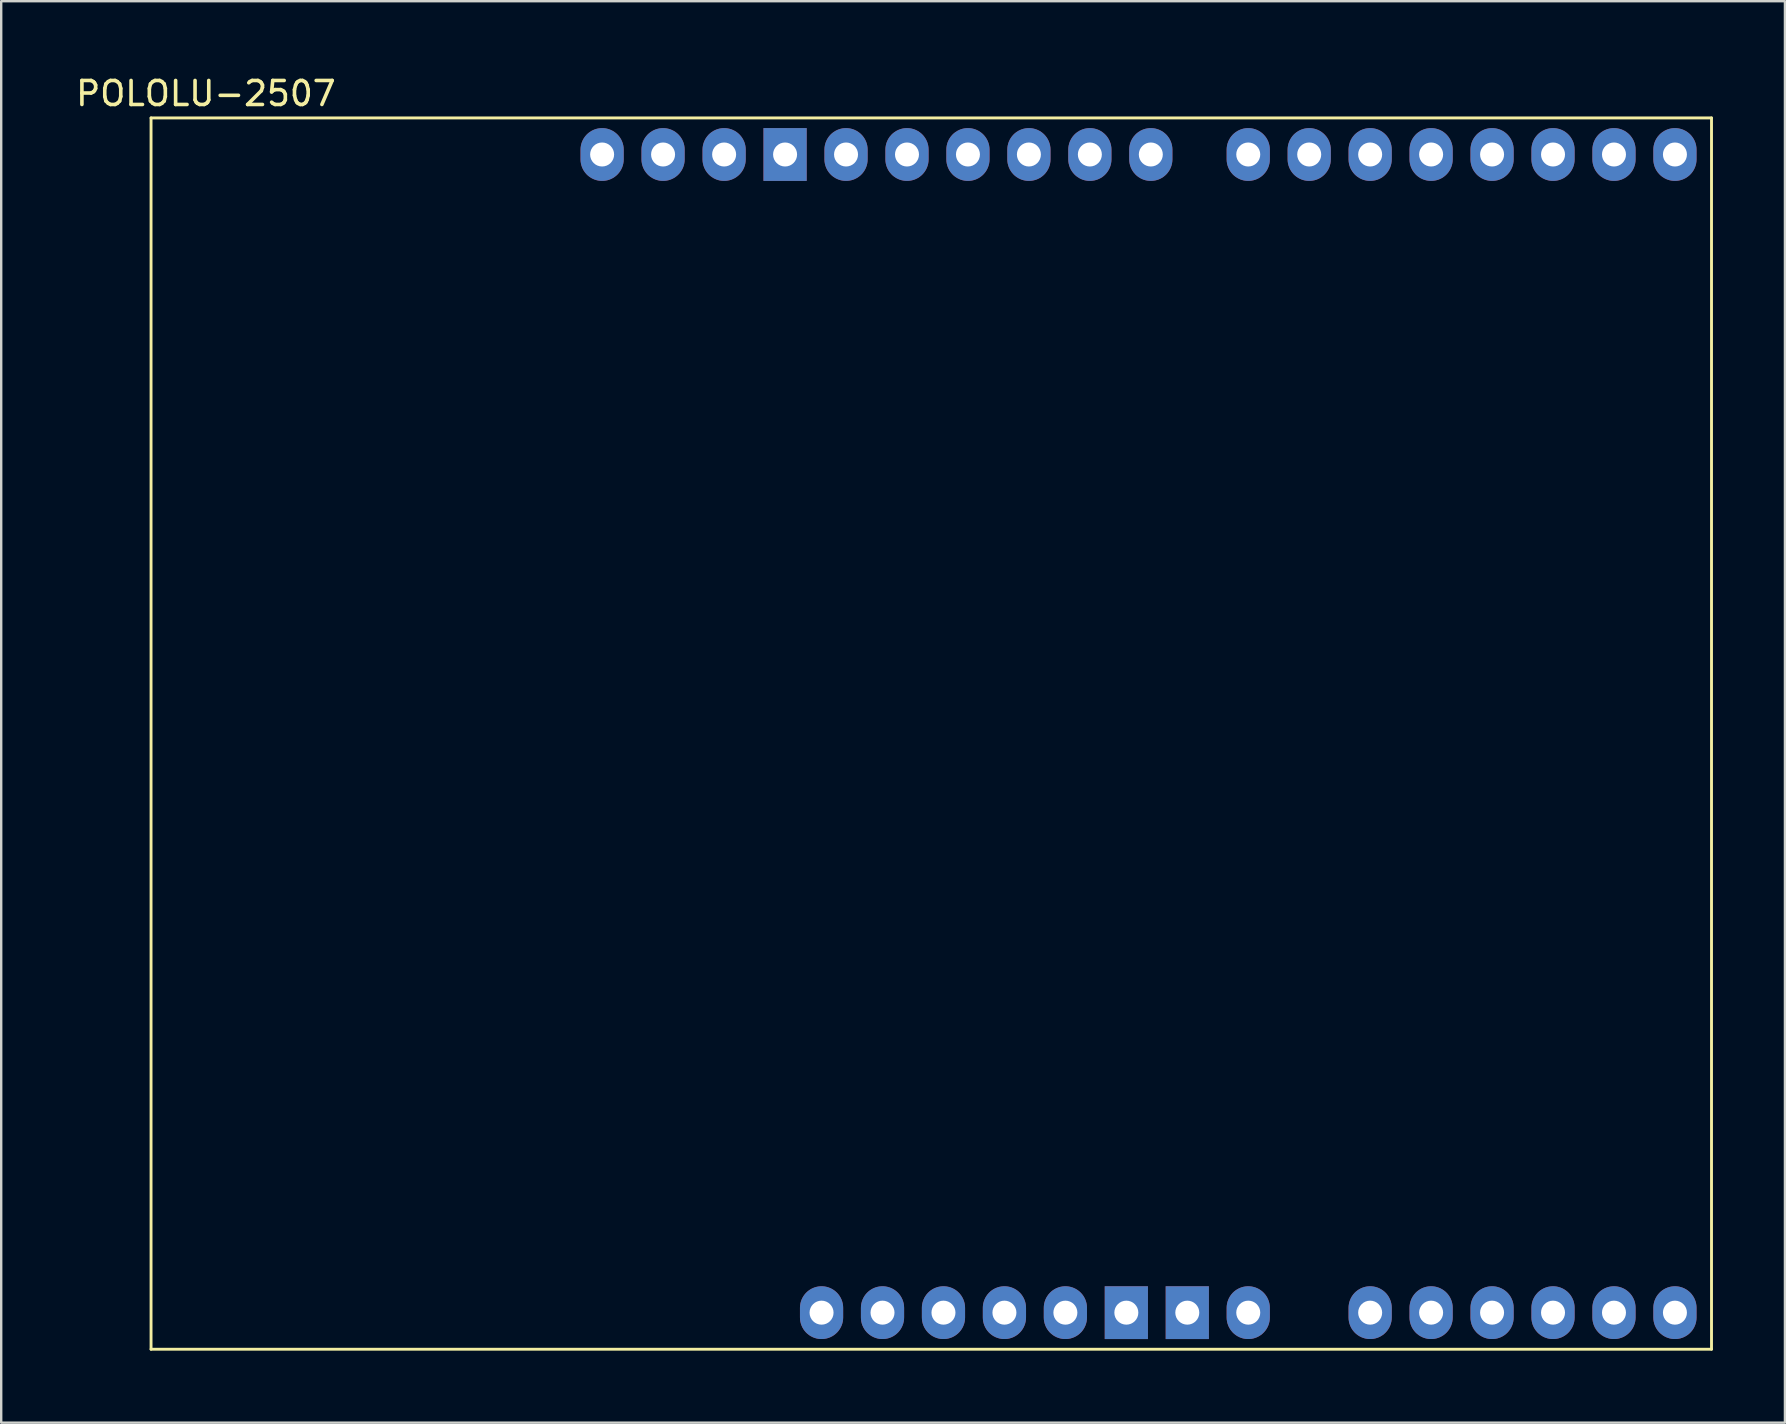
<source format=kicad_pcb>
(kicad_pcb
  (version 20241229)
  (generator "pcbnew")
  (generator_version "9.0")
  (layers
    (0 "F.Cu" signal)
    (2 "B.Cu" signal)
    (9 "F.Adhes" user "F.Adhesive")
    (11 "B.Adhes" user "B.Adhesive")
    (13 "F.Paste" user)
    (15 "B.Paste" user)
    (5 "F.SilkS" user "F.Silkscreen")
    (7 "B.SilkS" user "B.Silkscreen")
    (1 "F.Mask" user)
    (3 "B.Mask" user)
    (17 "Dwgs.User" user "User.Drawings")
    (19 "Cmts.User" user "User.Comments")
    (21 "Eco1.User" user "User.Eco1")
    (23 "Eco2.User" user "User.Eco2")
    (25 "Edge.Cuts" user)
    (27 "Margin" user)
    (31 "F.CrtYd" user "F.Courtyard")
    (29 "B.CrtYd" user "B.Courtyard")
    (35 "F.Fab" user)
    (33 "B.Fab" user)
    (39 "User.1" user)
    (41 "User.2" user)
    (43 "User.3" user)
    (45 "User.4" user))
  (footprint "POLOLU-2507"
    (layer "F.Cu")
    (at 38.804 26.248)
    (property "Reference" "POLOLU-2507" (at -33.274 -25.4 0) (unlocked yes) (layer "F.SilkS") (effects (font (size 1 1) (thickness 0.15))))
    (attr through_hole)
    (fp_line (start -35.56 -24.384) (end 29.464 -24.384) (stroke (width 0.12) (type solid)) (layer "F.SilkS"))
    (fp_line (start -35.56 26.924) (end -35.56 -24.384) (stroke (width 0.12) (type solid)) (layer "F.SilkS"))
    (fp_line (start 29.464 -24.384) (end 29.464 26.924) (stroke (width 0.12) (type solid)) (layer "F.SilkS"))
    (fp_line (start 29.464 26.924) (end -35.56 26.924) (stroke (width 0.12) (type solid)) (layer "F.SilkS"))
    (pad "1" thru_hole oval (at -7.62 25.4 90) (size 2.2 1.8) (drill 1) (layers "*.Cu" "*.Mask"))
    (pad "2" thru_hole oval (at -5.08 25.4 90) (size 2.2 1.8) (drill 1) (layers "*.Cu" "*.Mask"))
    (pad "3" thru_hole oval (at -2.54 25.4 90) (size 2.2 1.8) (drill 1) (layers "*.Cu" "*.Mask"))
    (pad "4" thru_hole oval (at 0 25.4 90) (size 2.2 1.8) (drill 1) (layers "*.Cu" "*.Mask"))
    (pad "5" thru_hole oval (at 2.54 25.4 90) (size 2.2 1.8) (drill 1) (layers "*.Cu" "*.Mask"))
    (pad "6" thru_hole rect (at 5.08 25.4 90) (size 2.2 1.8) (drill 1) (layers "*.Cu" "*.Mask"))
    (pad "7" thru_hole rect (at 7.62 25.4 90) (size 2.2 1.8) (drill 1) (layers "*.Cu" "*.Mask"))
    (pad "8" thru_hole oval (at 10.16 25.4 90) (size 2.2 1.8) (drill 1) (layers "*.Cu" "*.Mask"))
    (pad "9" thru_hole oval (at 15.24 25.4 90) (size 2.2 1.8) (drill 1) (layers "*.Cu" "*.Mask"))
    (pad "10" thru_hole oval (at 17.78 25.4 90) (size 2.2 1.8) (drill 1) (layers "*.Cu" "*.Mask"))
    (pad "11" thru_hole oval (at 20.32 25.4 90) (size 2.2 1.8) (drill 1) (layers "*.Cu" "*.Mask"))
    (pad "12" thru_hole oval (at 22.86 25.4 90) (size 2.2 1.8) (drill 1) (layers "*.Cu" "*.Mask"))
    (pad "13" thru_hole oval (at 25.4 25.4 90) (size 2.2 1.8) (drill 1) (layers "*.Cu" "*.Mask"))
    (pad "14" thru_hole oval (at 27.94 25.4 90) (size 2.2 1.8) (drill 1) (layers "*.Cu" "*.Mask"))
    (pad "15" thru_hole oval (at 27.94 -22.86 90) (size 2.2 1.8) (drill 1) (layers "*.Cu" "*.Mask"))
    (pad "16" thru_hole oval (at 25.4 -22.86 90) (size 2.2 1.8) (drill 1) (layers "*.Cu" "*.Mask"))
    (pad "17" thru_hole oval (at 22.86 -22.86 90) (size 2.2 1.8) (drill 1) (layers "*.Cu" "*.Mask"))
    (pad "18" thru_hole oval (at 20.32 -22.86 90) (size 2.2 1.8) (drill 1) (layers "*.Cu" "*.Mask"))
    (pad "19" thru_hole oval (at 17.78 -22.86 90) (size 2.2 1.8) (drill 1) (layers "*.Cu" "*.Mask"))
    (pad "20" thru_hole oval (at 15.24 -22.86 90) (size 2.2 1.8) (drill 1) (layers "*.Cu" "*.Mask"))
    (pad "21" thru_hole oval (at 12.7 -22.86 90) (size 2.2 1.8) (drill 1) (layers "*.Cu" "*.Mask"))
    (pad "22" thru_hole oval (at 10.16 -22.86 90) (size 2.2 1.8) (drill 1) (layers "*.Cu" "*.Mask"))
    (pad "23" thru_hole oval (at 6.1 -22.86 90) (size 2.2 1.8) (drill 1) (layers "*.Cu" "*.Mask"))
    (pad "24" thru_hole oval (at 3.56 -22.86 90) (size 2.2 1.8) (drill 1) (layers "*.Cu" "*.Mask"))
    (pad "25" thru_hole oval (at 1.02 -22.86 90) (size 2.2 1.8) (drill 1) (layers "*.Cu" "*.Mask"))
    (pad "26" thru_hole oval (at -1.52 -22.86 90) (size 2.2 1.8) (drill 1) (layers "*.Cu" "*.Mask"))
    (pad "27" thru_hole oval (at -4.06 -22.86 90) (size 2.2 1.8) (drill 1) (layers "*.Cu" "*.Mask"))
    (pad "28" thru_hole oval (at -6.6 -22.86 90) (size 2.2 1.8) (drill 1) (layers "*.Cu" "*.Mask"))
    (pad "29" thru_hole rect (at -9.14 -22.86 90) (size 2.2 1.8) (drill 1) (layers "*.Cu" "*.Mask"))
    (pad "30" thru_hole oval (at -11.68 -22.86 90) (size 2.2 1.8) (drill 1) (layers "*.Cu" "*.Mask"))
    (pad "31" thru_hole oval (at -14.224 -22.86 90) (size 2.2 1.8) (drill 1) (layers "*.Cu" "*.Mask"))
    (pad "32" thru_hole oval (at -16.764 -22.86 90) (size 2.2 1.8) (drill 1) (layers "*.Cu" "*.Mask")))
  (gr_rect
    (start -3 -3)
    (end 71.328 56.232)
    (stroke (width 0.1) (type default))
    (fill no)
    (layer "Edge.Cuts")))
</source>
